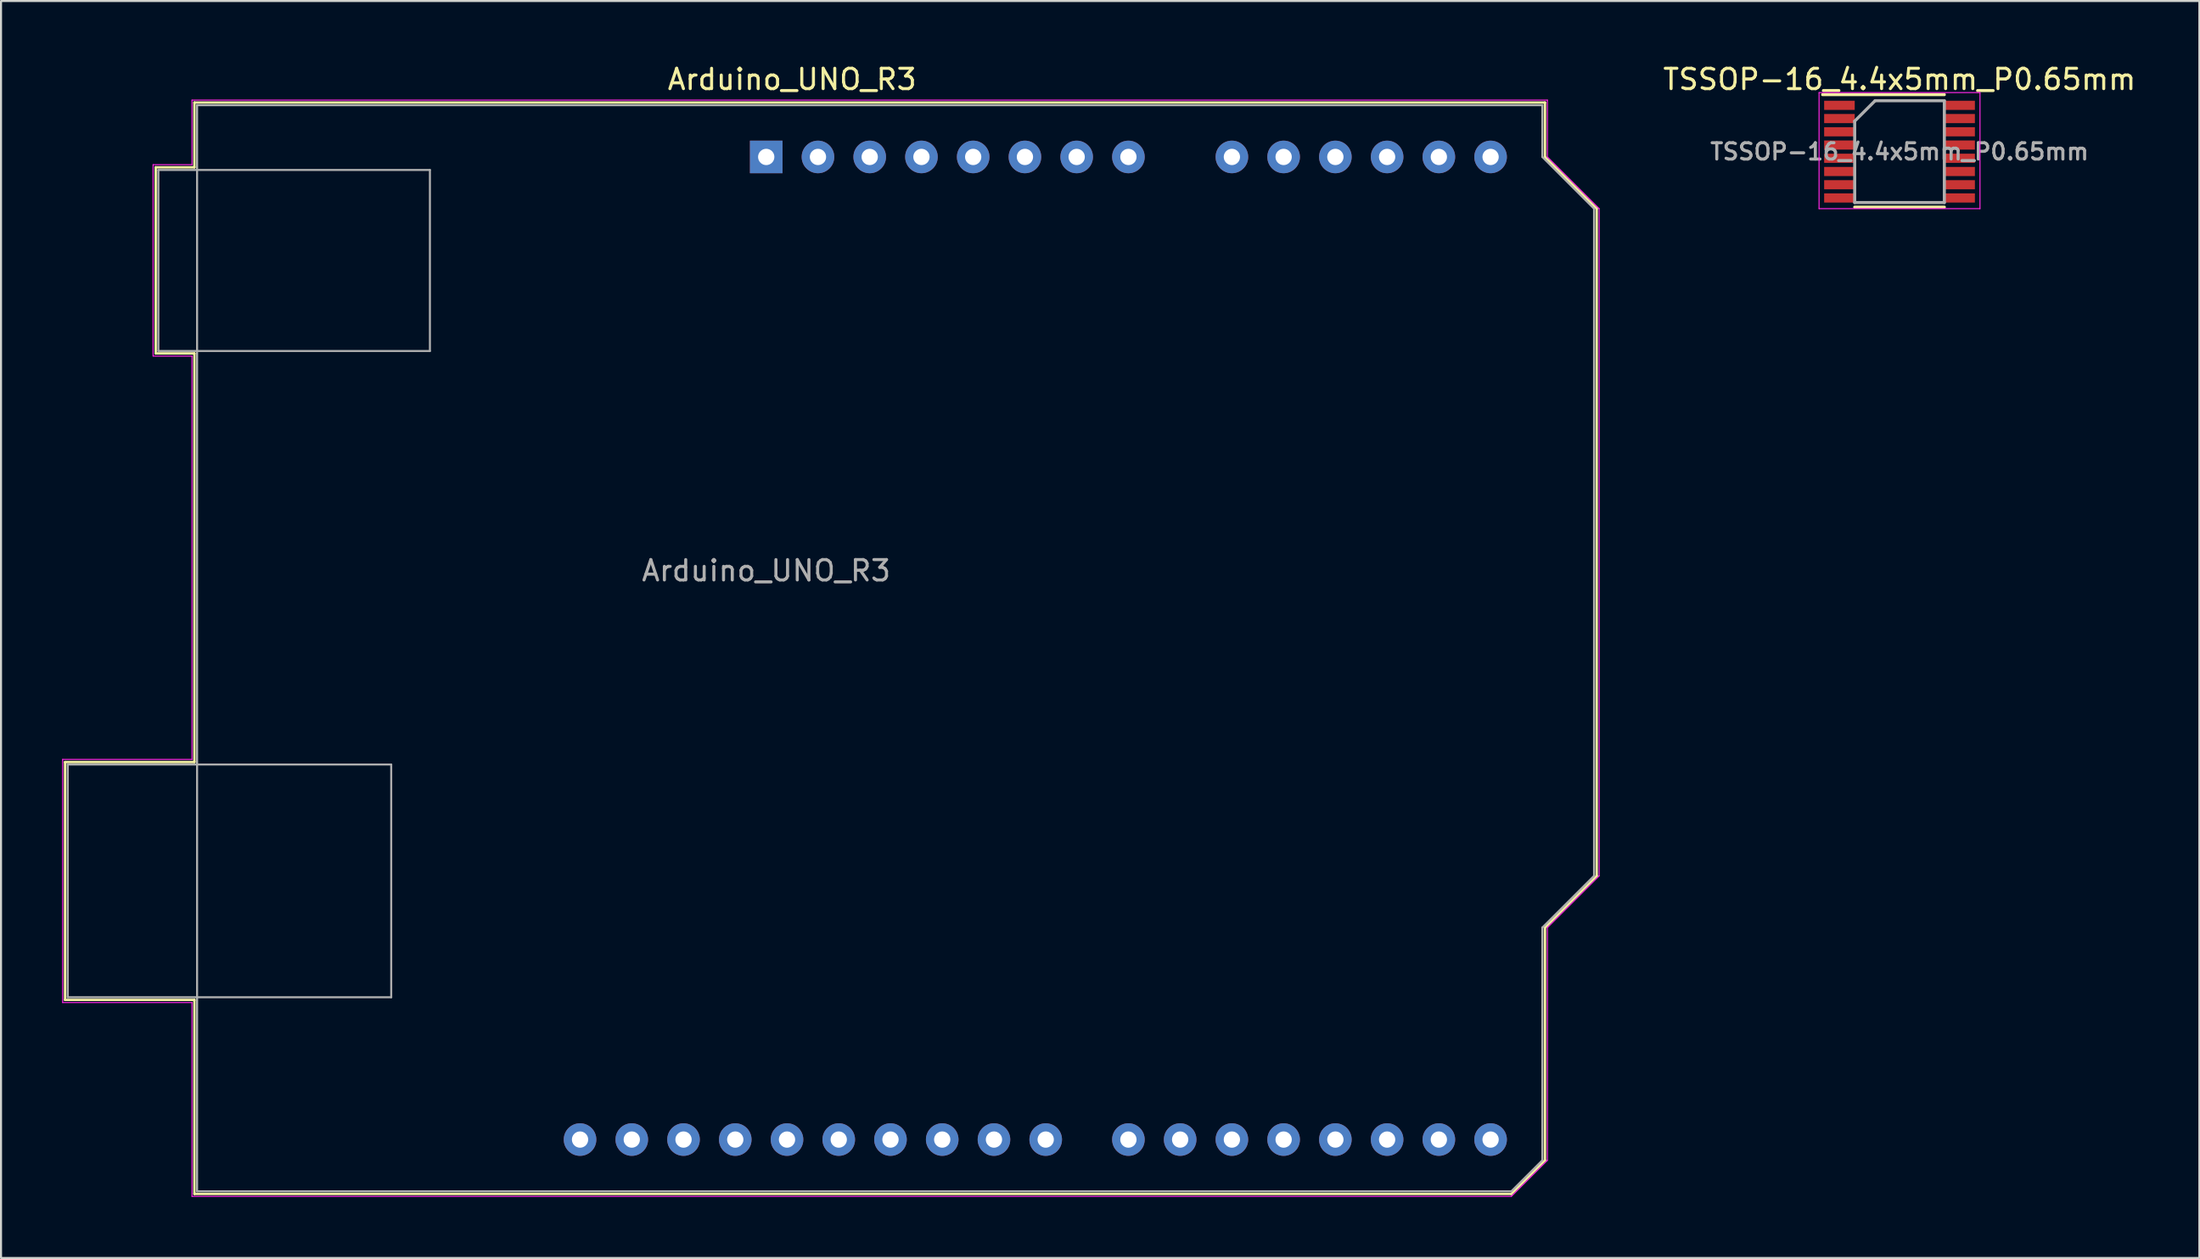
<source format=kicad_pcb>
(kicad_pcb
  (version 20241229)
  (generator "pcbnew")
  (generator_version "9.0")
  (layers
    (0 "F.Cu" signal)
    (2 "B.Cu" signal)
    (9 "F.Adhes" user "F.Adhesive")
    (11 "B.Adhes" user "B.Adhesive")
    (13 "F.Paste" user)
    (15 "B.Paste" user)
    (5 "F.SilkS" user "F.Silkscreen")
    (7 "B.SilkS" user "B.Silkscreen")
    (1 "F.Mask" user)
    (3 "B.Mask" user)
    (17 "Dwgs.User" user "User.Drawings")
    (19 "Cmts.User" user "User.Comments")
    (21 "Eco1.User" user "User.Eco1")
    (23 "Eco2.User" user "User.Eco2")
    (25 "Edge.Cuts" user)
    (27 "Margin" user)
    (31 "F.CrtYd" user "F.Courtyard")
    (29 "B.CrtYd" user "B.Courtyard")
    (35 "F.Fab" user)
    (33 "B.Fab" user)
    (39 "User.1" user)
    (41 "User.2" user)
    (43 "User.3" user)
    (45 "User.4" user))
  (footprint "Arduino_UNO_R3"
    (layer "F.Cu")
    (at 34.565 4.658)
    (property "Reference" "Arduino_UNO_R3" (at 1.27 -3.81 180) (layer "F.SilkS") (effects (font (size 1 1) (thickness 0.15))))
    (attr through_hole)
    (fp_line (start -34.42 29.72) (end -34.42 41.4) (stroke (width 0.12) (type solid)) (layer "F.SilkS"))
    (fp_line (start -34.42 41.4) (end -28.07 41.4) (stroke (width 0.12) (type solid)) (layer "F.SilkS"))
    (fp_line (start -29.97 0.51) (end -29.97 9.65) (stroke (width 0.12) (type solid)) (layer "F.SilkS"))
    (fp_line (start -29.97 9.65) (end -28.07 9.65) (stroke (width 0.12) (type solid)) (layer "F.SilkS"))
    (fp_line (start -28.07 -2.67) (end -28.07 0.51) (stroke (width 0.12) (type solid)) (layer "F.SilkS"))
    (fp_line (start -28.07 0.51) (end -29.97 0.51) (stroke (width 0.12) (type solid)) (layer "F.SilkS"))
    (fp_line (start -28.07 9.65) (end -28.07 29.72) (stroke (width 0.12) (type solid)) (layer "F.SilkS"))
    (fp_line (start -28.07 29.72) (end -34.42 29.72) (stroke (width 0.12) (type solid)) (layer "F.SilkS"))
    (fp_line (start -28.07 41.4) (end -28.07 50.93) (stroke (width 0.12) (type solid)) (layer "F.SilkS"))
    (fp_line (start -28.07 50.93) (end 36.58 50.93) (stroke (width 0.12) (type solid)) (layer "F.SilkS"))
    (fp_line (start 36.58 50.93) (end 38.23 49.28) (stroke (width 0.12) (type solid)) (layer "F.SilkS"))
    (fp_line (start 38.23 -2.67) (end -28.07 -2.67) (stroke (width 0.12) (type solid)) (layer "F.SilkS"))
    (fp_line (start 38.23 0) (end 38.23 -2.67) (stroke (width 0.12) (type solid)) (layer "F.SilkS"))
    (fp_line (start 38.23 37.85) (end 40.77 35.31) (stroke (width 0.12) (type solid)) (layer "F.SilkS"))
    (fp_line (start 38.23 49.28) (end 38.23 37.85) (stroke (width 0.12) (type solid)) (layer "F.SilkS"))
    (fp_line (start 40.77 2.54) (end 38.23 0) (stroke (width 0.12) (type solid)) (layer "F.SilkS"))
    (fp_line (start 40.77 35.31) (end 40.77 2.54) (stroke (width 0.12) (type solid)) (layer "F.SilkS"))
    (fp_line (start -34.54 29.59) (end -28.19 29.59) (stroke (width 0.05) (type solid)) (layer "F.CrtYd"))
    (fp_line (start -34.54 41.53) (end -34.54 29.59) (stroke (width 0.05) (type solid)) (layer "F.CrtYd"))
    (fp_line (start -30.1 0.38) (end -28.19 0.38) (stroke (width 0.05) (type solid)) (layer "F.CrtYd"))
    (fp_line (start -30.1 9.78) (end -30.1 0.38) (stroke (width 0.05) (type solid)) (layer "F.CrtYd"))
    (fp_line (start -28.19 -2.79) (end 38.35 -2.79) (stroke (width 0.05) (type solid)) (layer "F.CrtYd"))
    (fp_line (start -28.19 0.38) (end -28.19 -2.79) (stroke (width 0.05) (type solid)) (layer "F.CrtYd"))
    (fp_line (start -28.19 9.78) (end -30.1 9.78) (stroke (width 0.05) (type solid)) (layer "F.CrtYd"))
    (fp_line (start -28.19 29.59) (end -28.19 9.78) (stroke (width 0.05) (type solid)) (layer "F.CrtYd"))
    (fp_line (start -28.19 41.53) (end -34.54 41.53) (stroke (width 0.05) (type solid)) (layer "F.CrtYd"))
    (fp_line (start -28.19 51.05) (end -28.19 41.53) (stroke (width 0.05) (type solid)) (layer "F.CrtYd"))
    (fp_line (start 36.58 51.05) (end -28.19 51.05) (stroke (width 0.05) (type solid)) (layer "F.CrtYd"))
    (fp_line (start 38.35 -2.79) (end 38.35 0) (stroke (width 0.05) (type solid)) (layer "F.CrtYd"))
    (fp_line (start 38.35 0) (end 40.89 2.54) (stroke (width 0.05) (type solid)) (layer "F.CrtYd"))
    (fp_line (start 38.35 37.85) (end 38.35 49.28) (stroke (width 0.05) (type solid)) (layer "F.CrtYd"))
    (fp_line (start 38.35 49.28) (end 36.58 51.05) (stroke (width 0.05) (type solid)) (layer "F.CrtYd"))
    (fp_line (start 40.89 2.54) (end 40.89 35.31) (stroke (width 0.05) (type solid)) (layer "F.CrtYd"))
    (fp_line (start 40.89 35.31) (end 38.35 37.85) (stroke (width 0.05) (type solid)) (layer "F.CrtYd"))
    (fp_line (start -34.29 29.84) (end -18.41 29.84) (stroke (width 0.1) (type solid)) (layer "F.Fab"))
    (fp_line (start -34.29 41.27) (end -34.29 29.84) (stroke (width 0.1) (type solid)) (layer "F.Fab"))
    (fp_line (start -29.84 0.64) (end -16.51 0.64) (stroke (width 0.1) (type solid)) (layer "F.Fab"))
    (fp_line (start -29.84 9.53) (end -29.84 0.64) (stroke (width 0.1) (type solid)) (layer "F.Fab"))
    (fp_line (start -27.94 -2.54) (end 38.1 -2.54) (stroke (width 0.1) (type solid)) (layer "F.Fab"))
    (fp_line (start -27.94 50.8) (end -27.94 -2.54) (stroke (width 0.1) (type solid)) (layer "F.Fab"))
    (fp_line (start -18.41 29.84) (end -18.41 41.27) (stroke (width 0.1) (type solid)) (layer "F.Fab"))
    (fp_line (start -18.41 41.27) (end -34.29 41.27) (stroke (width 0.1) (type solid)) (layer "F.Fab"))
    (fp_line (start -16.51 0.64) (end -16.51 9.53) (stroke (width 0.1) (type solid)) (layer "F.Fab"))
    (fp_line (start -16.51 9.53) (end -29.84 9.53) (stroke (width 0.1) (type solid)) (layer "F.Fab"))
    (fp_line (start 36.58 50.8) (end -27.94 50.8) (stroke (width 0.1) (type solid)) (layer "F.Fab"))
    (fp_line (start 38.1 -2.54) (end 38.1 0) (stroke (width 0.1) (type solid)) (layer "F.Fab"))
    (fp_line (start 38.1 0) (end 40.64 2.54) (stroke (width 0.1) (type solid)) (layer "F.Fab"))
    (fp_line (start 38.1 37.85) (end 38.1 49.28) (stroke (width 0.1) (type solid)) (layer "F.Fab"))
    (fp_line (start 38.1 49.28) (end 36.58 50.8) (stroke (width 0.1) (type solid)) (layer "F.Fab"))
    (fp_line (start 40.64 2.54) (end 40.64 35.31) (stroke (width 0.1) (type solid)) (layer "F.Fab"))
    (fp_line (start 40.64 35.31) (end 38.1 37.85) (stroke (width 0.1) (type solid)) (layer "F.Fab"))
    (fp_text user "${REFERENCE}" (at 0 20.32 180) (layer "F.Fab") (effects (font (size 1 1) (thickness 0.15))))
    (pad "1" thru_hole rect (at 0 0 90) (size 1.6 1.6) (drill 0.8) (layers "*.Cu" "*.Mask"))
    (pad "2" thru_hole oval (at 2.54 0 90) (size 1.6 1.6) (drill 0.8) (layers "*.Cu" "*.Mask"))
    (pad "3" thru_hole oval (at 5.08 0 90) (size 1.6 1.6) (drill 0.8) (layers "*.Cu" "*.Mask"))
    (pad "4" thru_hole oval (at 7.62 0 90) (size 1.6 1.6) (drill 0.8) (layers "*.Cu" "*.Mask"))
    (pad "5" thru_hole oval (at 10.16 0 90) (size 1.6 1.6) (drill 0.8) (layers "*.Cu" "*.Mask"))
    (pad "6" thru_hole oval (at 12.7 0 90) (size 1.6 1.6) (drill 0.8) (layers "*.Cu" "*.Mask"))
    (pad "7" thru_hole oval (at 15.24 0 90) (size 1.6 1.6) (drill 0.8) (layers "*.Cu" "*.Mask"))
    (pad "8" thru_hole oval (at 17.78 0 90) (size 1.6 1.6) (drill 0.8) (layers "*.Cu" "*.Mask"))
    (pad "9" thru_hole oval (at 22.86 0 90) (size 1.6 1.6) (drill 0.8) (layers "*.Cu" "*.Mask"))
    (pad "10" thru_hole oval (at 25.4 0 90) (size 1.6 1.6) (drill 0.8) (layers "*.Cu" "*.Mask"))
    (pad "11" thru_hole oval (at 27.94 0 90) (size 1.6 1.6) (drill 0.8) (layers "*.Cu" "*.Mask"))
    (pad "12" thru_hole oval (at 30.48 0 90) (size 1.6 1.6) (drill 0.8) (layers "*.Cu" "*.Mask"))
    (pad "13" thru_hole oval (at 33.02 0 90) (size 1.6 1.6) (drill 0.8) (layers "*.Cu" "*.Mask"))
    (pad "14" thru_hole oval (at 35.56 0 90) (size 1.6 1.6) (drill 0.8) (layers "*.Cu" "*.Mask"))
    (pad "15" thru_hole oval (at 35.56 48.26 90) (size 1.6 1.6) (drill 0.8) (layers "*.Cu" "*.Mask"))
    (pad "16" thru_hole oval (at 33.02 48.26 90) (size 1.6 1.6) (drill 0.8) (layers "*.Cu" "*.Mask"))
    (pad "17" thru_hole oval (at 30.48 48.26 90) (size 1.6 1.6) (drill 0.8) (layers "*.Cu" "*.Mask"))
    (pad "18" thru_hole oval (at 27.94 48.26 90) (size 1.6 1.6) (drill 0.8) (layers "*.Cu" "*.Mask"))
    (pad "19" thru_hole oval (at 25.4 48.26 90) (size 1.6 1.6) (drill 0.8) (layers "*.Cu" "*.Mask"))
    (pad "20" thru_hole oval (at 22.86 48.26 90) (size 1.6 1.6) (drill 0.8) (layers "*.Cu" "*.Mask"))
    (pad "21" thru_hole oval (at 20.32 48.26 90) (size 1.6 1.6) (drill 0.8) (layers "*.Cu" "*.Mask"))
    (pad "22" thru_hole oval (at 17.78 48.26 90) (size 1.6 1.6) (drill 0.8) (layers "*.Cu" "*.Mask"))
    (pad "23" thru_hole oval (at 13.72 48.26 90) (size 1.6 1.6) (drill 0.8) (layers "*.Cu" "*.Mask"))
    (pad "24" thru_hole oval (at 11.18 48.26 90) (size 1.6 1.6) (drill 0.8) (layers "*.Cu" "*.Mask"))
    (pad "25" thru_hole oval (at 8.64 48.26 90) (size 1.6 1.6) (drill 0.8) (layers "*.Cu" "*.Mask"))
    (pad "26" thru_hole oval (at 6.1 48.26 90) (size 1.6 1.6) (drill 0.8) (layers "*.Cu" "*.Mask"))
    (pad "27" thru_hole oval (at 3.56 48.26 90) (size 1.6 1.6) (drill 0.8) (layers "*.Cu" "*.Mask"))
    (pad "28" thru_hole oval (at 1.02 48.26 90) (size 1.6 1.6) (drill 0.8) (layers "*.Cu" "*.Mask"))
    (pad "29" thru_hole oval (at -1.52 48.26 90) (size 1.6 1.6) (drill 0.8) (layers "*.Cu" "*.Mask"))
    (pad "30" thru_hole oval (at -4.06 48.26 90) (size 1.6 1.6) (drill 0.8) (layers "*.Cu" "*.Mask"))
    (pad "31" thru_hole oval (at -6.6 48.26 90) (size 1.6 1.6) (drill 0.8) (layers "*.Cu" "*.Mask"))
    (pad "32" thru_hole oval (at -9.14 48.26 90) (size 1.6 1.6) (drill 0.8) (layers "*.Cu" "*.Mask")))
  (footprint "TSSOP-16_4.4x5mm_P0.65mm"
    (layer "F.Cu")
    (at 90.2 4.398)
    (property "Reference" "TSSOP-16_4.4x5mm_P0.65mm" (at 0 -3.55 0) (layer "F.SilkS") (effects (font (size 1 1) (thickness 0.15))))
    (attr smd)
    (fp_line (start -3.775 -2.8) (end 2.2 -2.8) (stroke (width 0.15) (type solid)) (layer "F.SilkS"))
    (fp_line (start -2.2 2.725) (end 2.2 2.725) (stroke (width 0.15) (type solid)) (layer "F.SilkS"))
    (fp_line (start -3.95 -2.9) (end -3.95 2.8) (stroke (width 0.05) (type solid)) (layer "F.CrtYd"))
    (fp_line (start -3.95 -2.9) (end 3.95 -2.9) (stroke (width 0.05) (type solid)) (layer "F.CrtYd"))
    (fp_line (start -3.95 2.8) (end 3.95 2.8) (stroke (width 0.05) (type solid)) (layer "F.CrtYd"))
    (fp_line (start 3.95 -2.9) (end 3.95 2.8) (stroke (width 0.05) (type solid)) (layer "F.CrtYd"))
    (fp_line (start -2.2 -1.5) (end -1.2 -2.5) (stroke (width 0.15) (type solid)) (layer "F.Fab"))
    (fp_line (start -2.2 2.5) (end -2.2 -1.5) (stroke (width 0.15) (type solid)) (layer "F.Fab"))
    (fp_line (start -1.2 -2.5) (end 2.2 -2.5) (stroke (width 0.15) (type solid)) (layer "F.Fab"))
    (fp_line (start 2.2 -2.5) (end 2.2 2.5) (stroke (width 0.15) (type solid)) (layer "F.Fab"))
    (fp_line (start 2.2 2.5) (end -2.2 2.5) (stroke (width 0.15) (type solid)) (layer "F.Fab"))
    (fp_text user "${REFERENCE}" (at 0 0 0) (layer "F.Fab") (effects (font (size 0.8 0.8) (thickness 0.15))))
    (pad "1" smd rect (at -2.95 -2.275) (size 1.5 0.45) (layers "F.Cu" "F.Mask" "F.Paste"))
    (pad "2" smd rect (at -2.95 -1.625) (size 1.5 0.45) (layers "F.Cu" "F.Mask" "F.Paste"))
    (pad "3" smd rect (at -2.95 -0.975) (size 1.5 0.45) (layers "F.Cu" "F.Mask" "F.Paste"))
    (pad "4" smd rect (at -2.95 -0.325) (size 1.5 0.45) (layers "F.Cu" "F.Mask" "F.Paste"))
    (pad "5" smd rect (at -2.95 0.325) (size 1.5 0.45) (layers "F.Cu" "F.Mask" "F.Paste"))
    (pad "6" smd rect (at -2.95 0.975) (size 1.5 0.45) (layers "F.Cu" "F.Mask" "F.Paste"))
    (pad "7" smd rect (at -2.95 1.625) (size 1.5 0.45) (layers "F.Cu" "F.Mask" "F.Paste"))
    (pad "8" smd rect (at -2.95 2.275) (size 1.5 0.45) (layers "F.Cu" "F.Mask" "F.Paste"))
    (pad "9" smd rect (at 2.95 2.275) (size 1.5 0.45) (layers "F.Cu" "F.Mask" "F.Paste"))
    (pad "10" smd rect (at 2.95 1.625) (size 1.5 0.45) (layers "F.Cu" "F.Mask" "F.Paste"))
    (pad "11" smd rect (at 2.95 0.975) (size 1.5 0.45) (layers "F.Cu" "F.Mask" "F.Paste"))
    (pad "12" smd rect (at 2.95 0.325) (size 1.5 0.45) (layers "F.Cu" "F.Mask" "F.Paste"))
    (pad "13" smd rect (at 2.95 -0.325) (size 1.5 0.45) (layers "F.Cu" "F.Mask" "F.Paste"))
    (pad "14" smd rect (at 2.95 -0.975) (size 1.5 0.45) (layers "F.Cu" "F.Mask" "F.Paste"))
    (pad "15" smd rect (at 2.95 -1.625) (size 1.5 0.45) (layers "F.Cu" "F.Mask" "F.Paste"))
    (pad "16" smd rect (at 2.95 -2.275) (size 1.5 0.45) (layers "F.Cu" "F.Mask" "F.Paste")))
  (gr_rect
    (start -3 -3)
    (end 104.92 58.733)
    (stroke (width 0.1) (type default))
    (fill no)
    (layer "Edge.Cuts")))
</source>
